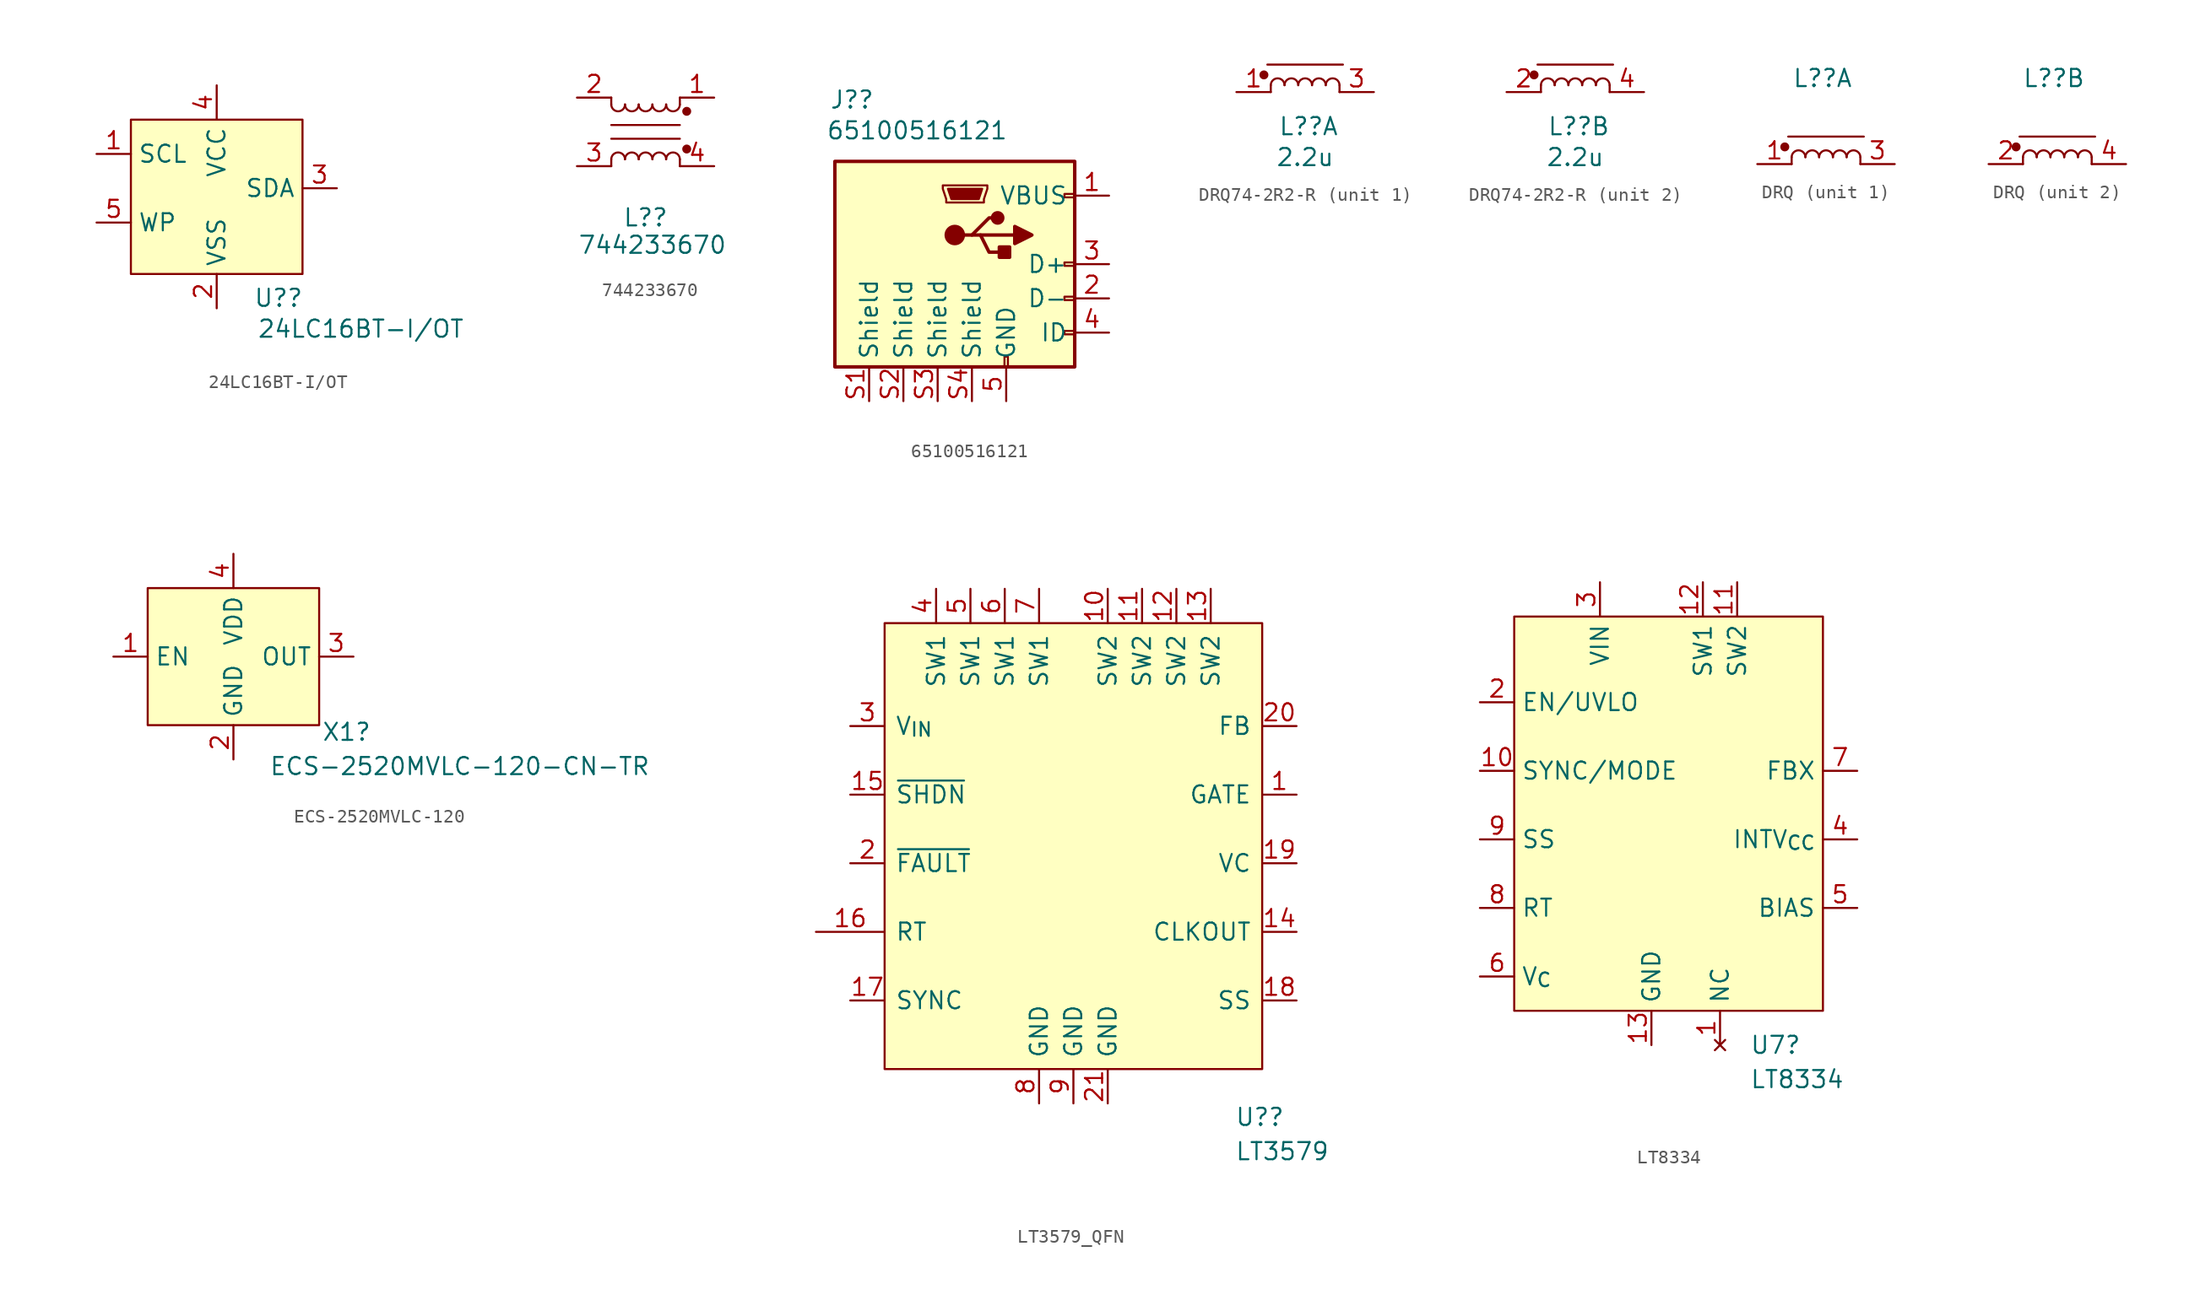
<source format=kicad_sym>
(kicad_symbol_lib
  (version 20241209)
  (generator "kicad_symbol_editor")
  (generator_version "9.0")
  (symbol "24LC16BT-I/OT"
    (property "Reference" "U?"
      (at 4.572 -8.128 0)
      (effects (font (size 1.27 1.27))))
    (property "Value" "24LC16BT-I/OT"
      (at 10.668 -10.414 0)
      (effects (font (size 1.27 1.27))))
    (symbol "24LC16BT-I/OT_1_1"
      (rectangle (start -6.35 5.08) (end 6.35 -6.35) (stroke (width 0) (type solid)) (fill (type background)))
      (pin input line (at -8.89 2.54 0) (length 2.54) (name "SCL" (effects (font (size 1.27 1.27)))) (number "1" (effects (font (size 1.27 1.27)))))
      (pin input line (at -8.89 -2.54 0) (length 2.54) (name "WP" (effects (font (size 1.27 1.27)))) (number "5" (effects (font (size 1.27 1.27)))))
      (pin power_in line (at 0 7.62 270) (length 2.54) (name "VCC" (effects (font (size 1.27 1.27)))) (number "4" (effects (font (size 1.27 1.27)))))
      (pin power_in line (at 0 -8.89 90) (length 2.54) (name "VSS" (effects (font (size 1.27 1.27)))) (number "2" (effects (font (size 1.27 1.27)))))
      (pin bidirectional line (at 8.89 0 180) (length 2.54) (name "SDA" (effects (font (size 1.27 1.27)))) (number "3" (effects (font (size 1.27 1.27)))))))
  (symbol "744233670"
    (pin_names
      (hide yes))
    (property "Reference" "L?"
      (at 0 0 0)
      (effects (font (size 1.27 1.27))))
    (property "Value" "744233670"
      (at 0.508 -2.032 0)
      (effects (font (size 1.27 1.27))))
    (symbol "744233670_1_1"
      (polyline (pts (xy -2.54 8.89) (xy -2.54 8.382)) (stroke (width 0) (type default)) (fill (type none)))
      (polyline (pts (xy -2.54 5.842) (xy 2.54 5.842)) (stroke (width 0) (type default)) (fill (type none)))
      (polyline (pts (xy -2.54 4.318) (xy -2.54 3.81)) (stroke (width 0) (type default)) (fill (type none)))
      (arc (start -1.524 8.382) (mid -2.032 7.8762) (end -2.54 8.382) (stroke (width 0) (type default)) (fill (type none)))
      (arc (start -2.54 4.318) (mid -2.032 4.8238) (end -1.524 4.318) (stroke (width 0) (type default)) (fill (type none)))
      (arc (start -0.508 8.382) (mid -1.016 7.8762) (end -1.524 8.382) (stroke (width 0) (type default)) (fill (type none)))
      (arc (start -1.524 4.318) (mid -1.016 4.8238) (end -0.508 4.318) (stroke (width 0) (type default)) (fill (type none)))
      (arc (start 0.508 8.382) (mid 0 7.8762) (end -0.508 8.382) (stroke (width 0) (type default)) (fill (type none)))
      (arc (start -0.508 4.318) (mid 0 4.8238) (end 0.508 4.318) (stroke (width 0) (type default)) (fill (type none)))
      (arc (start 1.524 8.382) (mid 1.016 7.8762) (end 0.508 8.382) (stroke (width 0) (type default)) (fill (type none)))
      (arc (start 0.508 4.318) (mid 1.016 4.8238) (end 1.524 4.318) (stroke (width 0) (type default)) (fill (type none)))
      (arc (start 2.54 8.382) (mid 2.032 7.8762) (end 1.524 8.382) (stroke (width 0) (type default)) (fill (type none)))
      (arc (start 1.524 4.318) (mid 2.032 4.8238) (end 2.54 4.318) (stroke (width 0) (type default)) (fill (type none)))
      (polyline (pts (xy 2.54 8.382) (xy 2.54 8.89)) (stroke (width 0) (type default)) (fill (type none)))
      (polyline (pts (xy 2.54 6.858) (xy -2.54 6.858)) (stroke (width 0) (type default)) (fill (type none)))
      (polyline (pts (xy 2.54 4.318) (xy 2.54 3.81)) (stroke (width 0) (type default)) (fill (type none)))
      (circle (center 3.048 7.874) (radius 0.254) (stroke (width 0) (type default)) (fill (type outline)))
      (circle (center 3.048 5.08) (radius 0.254) (stroke (width 0) (type default)) (fill (type outline)))
      (pin passive line (at -5.08 8.89 0) (length 2.54) (name "2" (effects (font (size 1.27 1.27)))) (number "2" (effects (font (size 1.27 1.27)))))
      (pin passive line (at -5.08 3.81 0) (length 2.54) (name "3" (effects (font (size 1.27 1.27)))) (number "3" (effects (font (size 1.27 1.27)))))
      (pin passive line (at 5.08 8.89 180) (length 2.54) (name "1" (effects (font (size 1.27 1.27)))) (number "1" (effects (font (size 1.27 1.27)))))
      (pin passive line (at 5.08 3.81 180) (length 2.54) (name "4" (effects (font (size 1.27 1.27)))) (number "4" (effects (font (size 1.27 1.27)))))))
  (symbol "65100516121"
    (property "Reference" "J?"
      (at -7.62 12.192 0)
      (effects (font (size 1.27 1.27))))
    (property "Value" "65100516121"
      (at -2.794 9.906 0)
      (effects (font (size 1.27 1.27))))
    (symbol "65100516121_0_1"
      (rectangle (start -8.89 7.62) (end 8.89 -7.62) (stroke (width 0.254) (type default)) (fill (type background)))
      (polyline (pts (xy -0.889 5.842) (xy -0.889 5.588) (xy -0.635 4.826) (xy -0.635 4.572) (xy 2.159 4.572) (xy 2.159 4.826) (xy 2.413 5.588) (xy 2.413 5.842) (xy -0.889 5.842)) (stroke (width 0) (type default)) (fill (type none)))
      (polyline (pts (xy -0.508 5.588) (xy 2.032 5.588) (xy 1.778 4.826) (xy -0.254 4.826) (xy -0.508 5.588)) (stroke (width 0) (type default)) (fill (type outline)))
      (circle (center 0 2.159) (radius 0.635) (stroke (width 0.254) (type default)) (fill (type outline)))
      (polyline (pts (xy 0.635 2.159) (xy 1.27 2.159) (xy 2.54 3.429) (xy 3.175 3.429)) (stroke (width 0.254) (type default)) (fill (type none)))
      (polyline (pts (xy 1.27 2.159) (xy 1.905 2.159) (xy 2.54 0.889) (xy 3.81 0.889)) (stroke (width 0.254) (type default)) (fill (type none)))
      (polyline (pts (xy 1.905 2.159) (xy 4.445 2.159)) (stroke (width 0.254) (type default)) (fill (type none)))
      (circle (center 3.175 3.429) (radius 0.381) (stroke (width 0.254) (type default)) (fill (type outline)))
      (rectangle (start 3.683 -7.62) (end 3.937 -6.858) (stroke (width 0) (type default)) (fill (type none)))
      (rectangle (start 4.064 1.27) (end 3.302 0.508) (stroke (width 0.254) (type default)) (fill (type outline)))
      (polyline (pts (xy 4.445 2.794) (xy 4.445 1.524) (xy 5.715 2.159) (xy 4.445 2.794)) (stroke (width 0.254) (type default)) (fill (type outline)))
      (rectangle (start 8.89 4.953) (end 8.128 5.207) (stroke (width 0) (type default)) (fill (type none)))
      (rectangle (start 8.89 -0.127) (end 8.128 0.127) (stroke (width 0) (type default)) (fill (type none)))
      (rectangle (start 8.89 -2.667) (end 8.128 -2.413) (stroke (width 0) (type default)) (fill (type none)))
      (rectangle (start 8.89 -5.207) (end 8.128 -4.953) (stroke (width 0) (type default)) (fill (type none))))
    (symbol "65100516121_1_1"
      (pin passive line (at -6.35 -10.16 90) (length 2.54) (name "Shield" (effects (font (size 1.27 1.27)))) (number "S1" (effects (font (size 1.27 1.27)))))
      (pin passive line (at -3.81 -10.16 90) (length 2.54) (name "Shield" (effects (font (size 1.27 1.27)))) (number "S2" (effects (font (size 1.27 1.27)))))
      (pin passive line (at -1.27 -10.16 90) (length 2.54) (name "Shield" (effects (font (size 1.27 1.27)))) (number "S3" (effects (font (size 1.27 1.27)))))
      (pin passive line (at 1.27 -10.16 90) (length 2.54) (name "Shield" (effects (font (size 1.27 1.27)))) (number "S4" (effects (font (size 1.27 1.27)))))
      (pin power_out line (at 3.81 -10.16 90) (length 2.54) (name "GND" (effects (font (size 1.27 1.27)))) (number "5" (effects (font (size 1.27 1.27)))))
      (pin power_out line (at 11.43 5.08 180) (length 2.54) (name "VBUS" (effects (font (size 1.27 1.27)))) (number "1" (effects (font (size 1.27 1.27)))))
      (pin bidirectional line (at 11.43 0 180) (length 2.54) (name "D+" (effects (font (size 1.27 1.27)))) (number "3" (effects (font (size 1.27 1.27)))))
      (pin bidirectional line (at 11.43 -2.54 180) (length 2.54) (name "D-" (effects (font (size 1.27 1.27)))) (number "2" (effects (font (size 1.27 1.27)))))
      (pin passive line (at 11.43 -5.08 180) (length 2.54) (name "ID" (effects (font (size 1.27 1.27)))) (number "4" (effects (font (size 1.27 1.27)))))))
  (symbol "DRQ74-2R2-R"
    (pin_names
      (hide yes))
    (property "Reference" "L?"
      (at 0.254 -3.81 0)
      (effects (font (size 1.27 1.27))))
    (property "Value" "2.2u"
      (at 0 -6.096 0)
      (effects (font (size 1.27 1.27))))
    (property "ki_locked" ""
      (at 0 0 0)
      (effects (font (size 1.27 1.27))))
    (symbol "DRQ74-2R2-R_1_1"
      (circle (center -3.048 0) (radius 0.254) (stroke (width 0) (type default)) (fill (type outline)))
      (polyline (pts (xy -2.794 0.762) (xy 2.794 0.762)) (stroke (width 0) (type default)) (fill (type none)))
      (polyline (pts (xy -2.54 -0.762) (xy -2.54 -1.27)) (stroke (width 0) (type default)) (fill (type none)))
      (arc (start -2.54 -0.762) (mid -2.032 -0.2562) (end -1.524 -0.762) (stroke (width 0) (type default)) (fill (type none)))
      (arc (start -1.524 -0.762) (mid -1.016 -0.2562) (end -0.508 -0.762) (stroke (width 0) (type default)) (fill (type none)))
      (arc (start -0.508 -0.762) (mid 0 -0.2562) (end 0.508 -0.762) (stroke (width 0) (type default)) (fill (type none)))
      (arc (start 0.508 -0.762) (mid 1.016 -0.2562) (end 1.524 -0.762) (stroke (width 0) (type default)) (fill (type none)))
      (arc (start 1.524 -0.762) (mid 2.032 -0.2562) (end 2.54 -0.762) (stroke (width 0) (type default)) (fill (type none)))
      (polyline (pts (xy 2.54 -0.762) (xy 2.54 -1.27)) (stroke (width 0) (type default)) (fill (type none)))
      (pin passive line (at -5.08 -1.27 0) (length 2.54) (name "1" (effects (font (size 1.27 1.27)))) (number "1" (effects (font (size 1.27 1.27)))))
      (pin passive line (at 5.08 -1.27 180) (length 2.54) (name "3" (effects (font (size 1.27 1.27)))) (number "3" (effects (font (size 1.27 1.27))))))
    (symbol "DRQ74-2R2-R_2_1"
      (circle (center -3.048 0) (radius 0.254) (stroke (width 0) (type default)) (fill (type outline)))
      (polyline (pts (xy -2.794 0.762) (xy 2.794 0.762)) (stroke (width 0) (type default)) (fill (type none)))
      (polyline (pts (xy -2.54 -0.762) (xy -2.54 -1.27)) (stroke (width 0) (type default)) (fill (type none)))
      (arc (start -2.54 -0.762) (mid -2.032 -0.2562) (end -1.524 -0.762) (stroke (width 0) (type default)) (fill (type none)))
      (arc (start -1.524 -0.762) (mid -1.016 -0.2562) (end -0.508 -0.762) (stroke (width 0) (type default)) (fill (type none)))
      (arc (start -0.508 -0.762) (mid 0 -0.2562) (end 0.508 -0.762) (stroke (width 0) (type default)) (fill (type none)))
      (arc (start 0.508 -0.762) (mid 1.016 -0.2562) (end 1.524 -0.762) (stroke (width 0) (type default)) (fill (type none)))
      (arc (start 1.524 -0.762) (mid 2.032 -0.2562) (end 2.54 -0.762) (stroke (width 0) (type default)) (fill (type none)))
      (polyline (pts (xy 2.54 -0.762) (xy 2.54 -1.27)) (stroke (width 0) (type default)) (fill (type none)))
      (pin passive line (at -5.08 -1.27 0) (length 2.54) (name "2" (effects (font (size 1.27 1.27)))) (number "2" (effects (font (size 1.27 1.27)))))
      (pin passive line (at 5.08 -1.27 180) (length 2.54) (name "4" (effects (font (size 1.27 1.27)))) (number "4" (effects (font (size 1.27 1.27)))))))
  (symbol "DRQ"
    (pin_names
      (hide yes))
    (property "Reference" "L?"
      (at -0.254 5.08 0)
      (effects (font (size 1.27 1.27))))
    (property "Value" ""
      (at -0.254 2.54 0)
      (effects (font (size 1.27 1.27))))
    (property "ki_locked" ""
      (at 0 0 0)
      (effects (font (size 1.27 1.27))))
    (symbol "DRQ_1_1"
      (circle (center -3.048 0) (radius 0.254) (stroke (width 0) (type default)) (fill (type outline)))
      (polyline (pts (xy -2.794 0.762) (xy 2.794 0.762)) (stroke (width 0) (type default)) (fill (type none)))
      (polyline (pts (xy -2.54 -0.762) (xy -2.54 -1.27)) (stroke (width 0) (type default)) (fill (type none)))
      (arc (start -2.54 -0.762) (mid -2.032 -0.2562) (end -1.524 -0.762) (stroke (width 0) (type default)) (fill (type none)))
      (arc (start -1.524 -0.762) (mid -1.016 -0.2562) (end -0.508 -0.762) (stroke (width 0) (type default)) (fill (type none)))
      (arc (start -0.508 -0.762) (mid 0 -0.2562) (end 0.508 -0.762) (stroke (width 0) (type default)) (fill (type none)))
      (arc (start 0.508 -0.762) (mid 1.016 -0.2562) (end 1.524 -0.762) (stroke (width 0) (type default)) (fill (type none)))
      (arc (start 1.524 -0.762) (mid 2.032 -0.2562) (end 2.54 -0.762) (stroke (width 0) (type default)) (fill (type none)))
      (polyline (pts (xy 2.54 -0.762) (xy 2.54 -1.27)) (stroke (width 0) (type default)) (fill (type none)))
      (pin passive line (at -5.08 -1.27 0) (length 2.54) (name "1" (effects (font (size 1.27 1.27)))) (number "1" (effects (font (size 1.27 1.27)))))
      (pin passive line (at 5.08 -1.27 180) (length 2.54) (name "3" (effects (font (size 1.27 1.27)))) (number "3" (effects (font (size 1.27 1.27))))))
    (symbol "DRQ_2_1"
      (circle (center -3.048 0) (radius 0.254) (stroke (width 0) (type default)) (fill (type outline)))
      (polyline (pts (xy -2.794 0.762) (xy 2.794 0.762)) (stroke (width 0) (type default)) (fill (type none)))
      (polyline (pts (xy -2.54 -0.762) (xy -2.54 -1.27)) (stroke (width 0) (type default)) (fill (type none)))
      (arc (start -2.54 -0.762) (mid -2.032 -0.2562) (end -1.524 -0.762) (stroke (width 0) (type default)) (fill (type none)))
      (arc (start -1.524 -0.762) (mid -1.016 -0.2562) (end -0.508 -0.762) (stroke (width 0) (type default)) (fill (type none)))
      (arc (start -0.508 -0.762) (mid 0 -0.2562) (end 0.508 -0.762) (stroke (width 0) (type default)) (fill (type none)))
      (arc (start 0.508 -0.762) (mid 1.016 -0.2562) (end 1.524 -0.762) (stroke (width 0) (type default)) (fill (type none)))
      (arc (start 1.524 -0.762) (mid 2.032 -0.2562) (end 2.54 -0.762) (stroke (width 0) (type default)) (fill (type none)))
      (polyline (pts (xy 2.54 -0.762) (xy 2.54 -1.27)) (stroke (width 0) (type default)) (fill (type none)))
      (pin passive line (at -5.08 -1.27 0) (length 2.54) (name "2" (effects (font (size 1.27 1.27)))) (number "2" (effects (font (size 1.27 1.27)))))
      (pin passive line (at 5.08 -1.27 180) (length 2.54) (name "4" (effects (font (size 1.27 1.27)))) (number "4" (effects (font (size 1.27 1.27)))))))
  (symbol "ECS-2520MVLC-120"
    (property "Reference" "X1"
      (at 8.382 -5.588 0)
      (effects (font (size 1.27 1.27))))
    (property "Value" "ECS-2520MVLC-120-CN-TR"
      (at 16.764 -8.128 0)
      (effects (font (size 1.27 1.27))))
    (symbol "ECS-2520MVLC-120_1_1"
      (rectangle (start -6.35 5.08) (end 6.35 -5.08) (stroke (width 0) (type default)) (fill (type background)))
      (pin input line (at -8.89 0 0) (length 2.54) (name "EN" (effects (font (size 1.27 1.27)))) (number "1" (effects (font (size 1.27 1.27)))))
      (pin power_in line (at 0 7.62 270) (length 2.54) (name "VDD" (effects (font (size 1.27 1.27)))) (number "4" (effects (font (size 1.27 1.27)))))
      (pin power_in line (at 0 -7.62 90) (length 2.54) (name "GND" (effects (font (size 1.27 1.27)))) (number "2" (effects (font (size 1.27 1.27)))))
      (pin output line (at 8.89 0 180) (length 2.54) (name "OUT" (effects (font (size 1.27 1.27)))) (number "3" (effects (font (size 1.27 1.27)))))))
  (symbol "LT3579_QFN"
    (pin_names
      (offset 0.762))
    (property "Reference" "U?"
      (at 11.938 -20.066 0)
      (effects (font (size 1.27 1.27)) (justify left)))
    (property "Value" "LT3579"
      (at 11.938 -22.606 0)
      (effects (font (size 1.27 1.27)) (justify left)))
    (symbol "LT3579_QFN_1_0"
      (pin input line (at -19.05 -6.35 0) (length 5.08) (name "RT" (effects (font (size 1.27 1.27)))) (number "16" (effects (font (size 1.27 1.27)))))
      (pin passive line (at -16.51 8.89 0) (length 2.54) (name "V_{IN}" (effects (font (size 1.27 1.27)))) (number "3" (effects (font (size 1.27 1.27)))))
      (pin input line (at -16.51 3.81 0) (length 2.54) (name "~{SHDN}" (effects (font (size 1.27 1.27)))) (number "15" (effects (font (size 1.27 1.27)))))
      (pin output line (at -16.51 -1.27 0) (length 2.54) (name "~{FAULT}" (effects (font (size 1.27 1.27)))) (number "2" (effects (font (size 1.27 1.27)))))
      (pin input line (at -16.51 -11.43 0) (length 2.54) (name "SYNC" (effects (font (size 1.27 1.27)))) (number "17" (effects (font (size 1.27 1.27)))))
      (pin output line (at -10.16 19.05 270) (length 2.54) (name "SW1" (effects (font (size 1.27 1.27)))) (number "4" (effects (font (size 1.27 1.27)))))
      (pin output line (at -7.62 19.05 270) (length 2.54) (name "SW1" (effects (font (size 1.27 1.27)))) (number "5" (effects (font (size 1.27 1.27)))))
      (pin output line (at -5.08 19.05 270) (length 2.54) (name "SW1" (effects (font (size 1.27 1.27)))) (number "6" (effects (font (size 1.27 1.27)))))
      (pin output line (at -2.54 19.05 270) (length 2.54) (name "SW1" (effects (font (size 1.27 1.27)))) (number "7" (effects (font (size 1.27 1.27)))))
      (pin power_in line (at -2.54 -19.05 90) (length 2.54) (name "GND" (effects (font (size 1.27 1.27)))) (number "8" (effects (font (size 1.27 1.27)))))
      (pin power_in line (at 0 -19.05 90) (length 2.54) (name "GND" (effects (font (size 1.27 1.27)))) (number "9" (effects (font (size 1.27 1.27)))))
      (pin output line (at 2.54 19.05 270) (length 2.54) (name "SW2" (effects (font (size 1.27 1.27)))) (number "10" (effects (font (size 1.27 1.27)))))
      (pin power_in line (at 2.54 -19.05 90) (length 2.54) (name "GND" (effects (font (size 1.27 1.27)))) (number "21" (effects (font (size 1.27 1.27)))))
      (pin output line (at 5.08 19.05 270) (length 2.54) (name "SW2" (effects (font (size 1.27 1.27)))) (number "11" (effects (font (size 1.27 1.27)))))
      (pin output line (at 7.62 19.05 270) (length 2.54) (name "SW2" (effects (font (size 1.27 1.27)))) (number "12" (effects (font (size 1.27 1.27)))))
      (pin output line (at 10.16 19.05 270) (length 2.54) (name "SW2" (effects (font (size 1.27 1.27)))) (number "13" (effects (font (size 1.27 1.27)))))
      (pin input line (at 16.51 8.89 180) (length 2.54) (name "FB" (effects (font (size 1.27 1.27)))) (number "20" (effects (font (size 1.27 1.27)))))
      (pin output line (at 16.51 3.81 180) (length 2.54) (name "GATE" (effects (font (size 1.27 1.27)))) (number "1" (effects (font (size 1.27 1.27)))))
      (pin input line (at 16.51 -1.27 180) (length 2.54) (name "VC" (effects (font (size 1.27 1.27)))) (number "19" (effects (font (size 1.27 1.27)))))
      (pin output line (at 16.51 -6.35 180) (length 2.54) (name "CLKOUT" (effects (font (size 1.27 1.27)))) (number "14" (effects (font (size 1.27 1.27)))))
      (pin input line (at 16.51 -11.43 180) (length 2.54) (name "SS" (effects (font (size 1.27 1.27)))) (number "18" (effects (font (size 1.27 1.27))))))
    (symbol "LT3579_QFN_1_1"
      (rectangle (start -13.97 16.51) (end 13.97 -16.51) (stroke (width 0) (type solid)) (fill (type background)))))
  (symbol "LT8334"
    (property "Reference" "U7"
      (at 6.004 -17.78 0)
      (effects (font (size 1.27 1.27)) (justify left)))
    (property "Value" "LT8334"
      (at 6.004 -20.32 0)
      (effects (font (size 1.27 1.27)) (justify left)))
    (symbol "LT8334_1_1"
      (rectangle (start -11.43 13.97) (end 11.43 -15.24) (stroke (width 0) (type default)) (fill (type background)))
      (pin input line (at -13.97 7.62 0) (length 2.54) (name "EN/UVLO" (effects (font (size 1.27 1.27)))) (number "2" (effects (font (size 1.27 1.27)))))
      (pin input line (at -13.97 2.54 0) (length 2.54) (name "SYNC/MODE" (effects (font (size 1.27 1.27)))) (number "10" (effects (font (size 1.27 1.27)))))
      (pin passive line (at -13.97 -2.54 0) (length 2.54) (name "SS" (effects (font (size 1.27 1.27)))) (number "9" (effects (font (size 1.27 1.27)))))
      (pin passive line (at -13.97 -7.62 0) (length 2.54) (name "RT" (effects (font (size 1.27 1.27)))) (number "8" (effects (font (size 1.27 1.27)))))
      (pin input line (at -13.97 -12.7 0) (length 2.54) (name "V_{C}" (effects (font (size 1.27 1.27)))) (number "6" (effects (font (size 1.27 1.27)))))
      (pin power_in line (at -5.08 16.51 270) (length 2.54) (name "VIN" (effects (font (size 1.27 1.27)))) (number "3" (effects (font (size 1.27 1.27)))))
      (pin power_in line (at -1.27 -17.78 90) (length 2.54) (name "GND" (effects (font (size 1.27 1.27)))) (number "13" (effects (font (size 1.27 1.27)))))
      (pin power_out line (at 2.54 16.51 270) (length 2.54) (name "SW1" (effects (font (size 1.27 1.27)))) (number "12" (effects (font (size 1.27 1.27)))))
      (pin no_connect line (at 3.81 -17.78 90) (length 2.54) (name "NC" (effects (font (size 1.27 1.27)))) (number "1" (effects (font (size 1.27 1.27)))))
      (pin power_out line (at 5.08 16.51 270) (length 2.54) (name "SW2" (effects (font (size 1.27 1.27)))) (number "11" (effects (font (size 1.27 1.27)))))
      (pin input line (at 13.97 2.54 180) (length 2.54) (name "FBX" (effects (font (size 1.27 1.27)))) (number "7" (effects (font (size 1.27 1.27)))))
      (pin passive line (at 13.97 -2.54 180) (length 2.54) (name "INTV_{CC}" (effects (font (size 1.27 1.27)))) (number "4" (effects (font (size 1.27 1.27)))))
      (pin power_in line (at 13.97 -7.62 180) (length 2.54) (name "BIAS" (effects (font (size 1.27 1.27)))) (number "5" (effects (font (size 1.27 1.27))))))))
</source>
